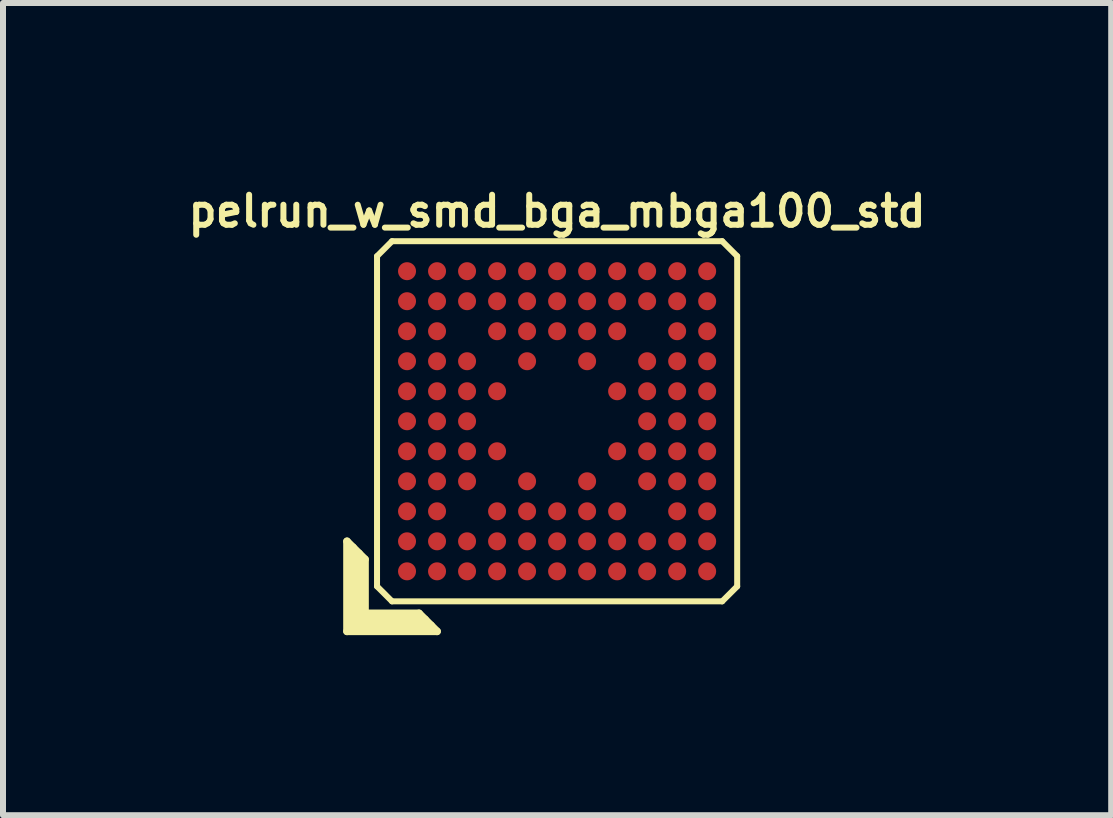
<source format=kicad_pcb>
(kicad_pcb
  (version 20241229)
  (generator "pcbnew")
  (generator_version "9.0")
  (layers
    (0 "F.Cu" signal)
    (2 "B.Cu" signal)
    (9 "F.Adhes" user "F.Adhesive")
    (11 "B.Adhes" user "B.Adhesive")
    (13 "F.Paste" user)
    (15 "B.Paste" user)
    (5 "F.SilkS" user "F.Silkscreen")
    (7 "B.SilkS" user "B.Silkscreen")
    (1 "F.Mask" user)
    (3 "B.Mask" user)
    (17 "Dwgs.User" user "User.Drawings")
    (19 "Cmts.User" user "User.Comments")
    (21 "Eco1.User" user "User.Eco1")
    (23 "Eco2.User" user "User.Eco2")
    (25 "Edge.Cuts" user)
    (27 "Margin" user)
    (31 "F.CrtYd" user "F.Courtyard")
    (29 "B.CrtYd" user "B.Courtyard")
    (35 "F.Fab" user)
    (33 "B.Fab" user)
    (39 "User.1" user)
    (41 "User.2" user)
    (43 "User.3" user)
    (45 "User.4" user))
  (footprint "pelrun_w_smd_bga_mbga100_std"
    (layer "F.Cu")
    (at 6.231 3.968)
    (property "Reference" "pelrun_w_smd_bga_mbga100_std" (at 0 -3.5 0) (layer "F.SilkS") (effects (font (size 0.5 0.5) (thickness 0.1))))
    (attr through_hole)
    (fp_line (start -3.5 2) (end -3.2 2.3) (stroke (width 0.127) (type solid)) (layer "F.SilkS"))
    (fp_line (start -3.5 3.5) (end -3.5 2) (stroke (width 0.127) (type solid)) (layer "F.SilkS"))
    (fp_line (start -3.4 2.1) (end -3.4 3.4) (stroke (width 0.127) (type solid)) (layer "F.SilkS"))
    (fp_line (start -3.4 3.4) (end -2.1 3.4) (stroke (width 0.127) (type solid)) (layer "F.SilkS"))
    (fp_line (start -3.3 3.3) (end -3.3 2.2) (stroke (width 0.127) (type solid)) (layer "F.SilkS"))
    (fp_line (start -3.2 2.3) (end -3.2 3.2) (stroke (width 0.127) (type solid)) (layer "F.SilkS"))
    (fp_line (start -3.2 3.2) (end -2.3 3.2) (stroke (width 0.127) (type solid)) (layer "F.SilkS"))
    (fp_line (start -3 -2.75) (end -3 2.75) (stroke (width 0.1) (type solid)) (layer "F.SilkS"))
    (fp_line (start -3 -2.75) (end -2.75 -3) (stroke (width 0.1) (type solid)) (layer "F.SilkS"))
    (fp_line (start -2.75 3) (end -3 2.75) (stroke (width 0.1) (type solid)) (layer "F.SilkS"))
    (fp_line (start -2.75 3) (end 2.75 3) (stroke (width 0.1) (type solid)) (layer "F.SilkS"))
    (fp_line (start -2.3 3.2) (end -2 3.5) (stroke (width 0.127) (type solid)) (layer "F.SilkS"))
    (fp_line (start -2.2 3.3) (end -3.3 3.3) (stroke (width 0.127) (type solid)) (layer "F.SilkS"))
    (fp_line (start -2 3.5) (end -3.5 3.5) (stroke (width 0.127) (type solid)) (layer "F.SilkS"))
    (fp_line (start 2.75 -3) (end -2.75 -3) (stroke (width 0.1) (type solid)) (layer "F.SilkS"))
    (fp_line (start 2.75 -3) (end 3 -2.75) (stroke (width 0.1) (type solid)) (layer "F.SilkS"))
    (fp_line (start 3 2.75) (end 2.75 3) (stroke (width 0.1) (type solid)) (layer "F.SilkS"))
    (fp_line (start 3 2.75) (end 3 -2.75) (stroke (width 0.1) (type solid)) (layer "F.SilkS"))
    (pad "A1" smd circle (at -2.5 2.5) (size 0.3 0.3) (layers "F.Cu" "F.Mask" "F.Paste"))
    (pad "A2" smd circle (at -2.5 2) (size 0.3 0.3) (layers "F.Cu" "F.Mask" "F.Paste"))
    (pad "A3" smd circle (at -2.5 1.5) (size 0.3 0.3) (layers "F.Cu" "F.Mask" "F.Paste"))
    (pad "A4" smd circle (at -2.5 1) (size 0.3 0.3) (layers "F.Cu" "F.Mask" "F.Paste"))
    (pad "A5" smd circle (at -2.5 0.5) (size 0.3 0.3) (layers "F.Cu" "F.Mask" "F.Paste"))
    (pad "A6" smd circle (at -2.5 0) (size 0.3 0.3) (layers "F.Cu" "F.Mask" "F.Paste"))
    (pad "A7" smd circle (at -2.5 -0.5) (size 0.3 0.3) (layers "F.Cu" "F.Mask" "F.Paste"))
    (pad "A8" smd circle (at -2.5 -1) (size 0.3 0.3) (layers "F.Cu" "F.Mask" "F.Paste"))
    (pad "A9" smd circle (at -2.5 -1.5) (size 0.3 0.3) (layers "F.Cu" "F.Mask" "F.Paste"))
    (pad "A10" smd circle (at -2.5 -2) (size 0.3 0.3) (layers "F.Cu" "F.Mask" "F.Paste"))
    (pad "A11" smd circle (at -2.5 -2.5) (size 0.3 0.3) (layers "F.Cu" "F.Mask" "F.Paste"))
    (pad "B1" smd circle (at -2 2.5) (size 0.3 0.3) (layers "F.Cu" "F.Mask" "F.Paste"))
    (pad "B2" smd circle (at -2 2) (size 0.3 0.3) (layers "F.Cu" "F.Mask" "F.Paste"))
    (pad "B3" smd circle (at -2 1.5) (size 0.3 0.3) (layers "F.Cu" "F.Mask" "F.Paste"))
    (pad "B4" smd circle (at -2 1) (size 0.3 0.3) (layers "F.Cu" "F.Mask" "F.Paste"))
    (pad "B5" smd circle (at -2 0.5) (size 0.3 0.3) (layers "F.Cu" "F.Mask" "F.Paste"))
    (pad "B6" smd circle (at -2 0) (size 0.3 0.3) (layers "F.Cu" "F.Mask" "F.Paste"))
    (pad "B7" smd circle (at -2 -0.5) (size 0.3 0.3) (layers "F.Cu" "F.Mask" "F.Paste"))
    (pad "B8" smd circle (at -2 -1) (size 0.3 0.3) (layers "F.Cu" "F.Mask" "F.Paste"))
    (pad "B9" smd circle (at -2 -1.5) (size 0.3 0.3) (layers "F.Cu" "F.Mask" "F.Paste"))
    (pad "B10" smd circle (at -2 -2) (size 0.3 0.3) (layers "F.Cu" "F.Mask" "F.Paste"))
    (pad "B11" smd circle (at -2 -2.5) (size 0.3 0.3) (layers "F.Cu" "F.Mask" "F.Paste"))
    (pad "C1" smd circle (at -1.5 2.5) (size 0.3 0.3) (layers "F.Cu" "F.Mask" "F.Paste"))
    (pad "C2" smd circle (at -1.5 2) (size 0.3 0.3) (layers "F.Cu" "F.Mask" "F.Paste"))
    (pad "C4" smd circle (at -1.5 1) (size 0.3 0.3) (layers "F.Cu" "F.Mask" "F.Paste"))
    (pad "C5" smd circle (at -1.5 0.5) (size 0.3 0.3) (layers "F.Cu" "F.Mask" "F.Paste"))
    (pad "C6" smd circle (at -1.5 0) (size 0.3 0.3) (layers "F.Cu" "F.Mask" "F.Paste"))
    (pad "C7" smd circle (at -1.5 -0.5) (size 0.3 0.3) (layers "F.Cu" "F.Mask" "F.Paste"))
    (pad "C8" smd circle (at -1.5 -1) (size 0.3 0.3) (layers "F.Cu" "F.Mask" "F.Paste"))
    (pad "C10" smd circle (at -1.5 -2) (size 0.3 0.3) (layers "F.Cu" "F.Mask" "F.Paste"))
    (pad "C11" smd circle (at -1.5 -2.5) (size 0.3 0.3) (layers "F.Cu" "F.Mask" "F.Paste"))
    (pad "D1" smd circle (at -1 2.5) (size 0.3 0.3) (layers "F.Cu" "F.Mask" "F.Paste"))
    (pad "D2" smd circle (at -1 2) (size 0.3 0.3) (layers "F.Cu" "F.Mask" "F.Paste"))
    (pad "D3" smd circle (at -1 1.5) (size 0.3 0.3) (layers "F.Cu" "F.Mask" "F.Paste"))
    (pad "D5" smd circle (at -1 0.5) (size 0.3 0.3) (layers "F.Cu" "F.Mask" "F.Paste"))
    (pad "D7" smd circle (at -1 -0.5) (size 0.3 0.3) (layers "F.Cu" "F.Mask" "F.Paste"))
    (pad "D9" smd circle (at -1 -1.5) (size 0.3 0.3) (layers "F.Cu" "F.Mask" "F.Paste"))
    (pad "D10" smd circle (at -1 -2) (size 0.3 0.3) (layers "F.Cu" "F.Mask" "F.Paste"))
    (pad "D11" smd circle (at -1 -2.5) (size 0.3 0.3) (layers "F.Cu" "F.Mask" "F.Paste"))
    (pad "E1" smd circle (at -0.5 2.5) (size 0.3 0.3) (layers "F.Cu" "F.Mask" "F.Paste"))
    (pad "E2" smd circle (at -0.5 2) (size 0.3 0.3) (layers "F.Cu" "F.Mask" "F.Paste"))
    (pad "E3" smd circle (at -0.5 1.5) (size 0.3 0.3) (layers "F.Cu" "F.Mask" "F.Paste"))
    (pad "E4" smd circle (at -0.5 1) (size 0.3 0.3) (layers "F.Cu" "F.Mask" "F.Paste"))
    (pad "E8" smd circle (at -0.5 -1) (size 0.3 0.3) (layers "F.Cu" "F.Mask" "F.Paste"))
    (pad "E9" smd circle (at -0.5 -1.5) (size 0.3 0.3) (layers "F.Cu" "F.Mask" "F.Paste"))
    (pad "E10" smd circle (at -0.5 -2) (size 0.3 0.3) (layers "F.Cu" "F.Mask" "F.Paste"))
    (pad "E11" smd circle (at -0.5 -2.5) (size 0.3 0.3) (layers "F.Cu" "F.Mask" "F.Paste"))
    (pad "F1" smd circle (at 0 2.5) (size 0.3 0.3) (layers "F.Cu" "F.Mask" "F.Paste"))
    (pad "F2" smd circle (at 0 2) (size 0.3 0.3) (layers "F.Cu" "F.Mask" "F.Paste"))
    (pad "F3" smd circle (at 0 1.5) (size 0.3 0.3) (layers "F.Cu" "F.Mask" "F.Paste"))
    (pad "F9" smd circle (at 0 -1.5) (size 0.3 0.3) (layers "F.Cu" "F.Mask" "F.Paste"))
    (pad "F10" smd circle (at 0 -2) (size 0.3 0.3) (layers "F.Cu" "F.Mask" "F.Paste"))
    (pad "F11" smd circle (at 0 -2.5) (size 0.3 0.3) (layers "F.Cu" "F.Mask" "F.Paste"))
    (pad "G1" smd circle (at 0.5 2.5) (size 0.3 0.3) (layers "F.Cu" "F.Mask" "F.Paste"))
    (pad "G2" smd circle (at 0.5 2) (size 0.3 0.3) (layers "F.Cu" "F.Mask" "F.Paste"))
    (pad "G3" smd circle (at 0.5 1.5) (size 0.3 0.3) (layers "F.Cu" "F.Mask" "F.Paste"))
    (pad "G4" smd circle (at 0.5 1) (size 0.3 0.3) (layers "F.Cu" "F.Mask" "F.Paste"))
    (pad "G8" smd circle (at 0.5 -1) (size 0.3 0.3) (layers "F.Cu" "F.Mask" "F.Paste"))
    (pad "G9" smd circle (at 0.5 -1.5) (size 0.3 0.3) (layers "F.Cu" "F.Mask" "F.Paste"))
    (pad "G10" smd circle (at 0.5 -2) (size 0.3 0.3) (layers "F.Cu" "F.Mask" "F.Paste"))
    (pad "G11" smd circle (at 0.5 -2.5) (size 0.3 0.3) (layers "F.Cu" "F.Mask" "F.Paste"))
    (pad "H1" smd circle (at 1 2.5) (size 0.3 0.3) (layers "F.Cu" "F.Mask" "F.Paste"))
    (pad "H2" smd circle (at 1 2) (size 0.3 0.3) (layers "F.Cu" "F.Mask" "F.Paste"))
    (pad "H3" smd circle (at 1 1.5) (size 0.3 0.3) (layers "F.Cu" "F.Mask" "F.Paste"))
    (pad "H5" smd circle (at 1 0.5) (size 0.3 0.3) (layers "F.Cu" "F.Mask" "F.Paste"))
    (pad "H7" smd circle (at 1 -0.5) (size 0.3 0.3) (layers "F.Cu" "F.Mask" "F.Paste"))
    (pad "H9" smd circle (at 1 -1.5) (size 0.3 0.3) (layers "F.Cu" "F.Mask" "F.Paste"))
    (pad "H10" smd circle (at 1 -2) (size 0.3 0.3) (layers "F.Cu" "F.Mask" "F.Paste"))
    (pad "H11" smd circle (at 1 -2.5) (size 0.3 0.3) (layers "F.Cu" "F.Mask" "F.Paste"))
    (pad "J1" smd circle (at 1.5 2.5) (size 0.3 0.3) (layers "F.Cu" "F.Mask" "F.Paste"))
    (pad "J2" smd circle (at 1.5 2) (size 0.3 0.3) (layers "F.Cu" "F.Mask" "F.Paste"))
    (pad "J4" smd circle (at 1.5 1) (size 0.3 0.3) (layers "F.Cu" "F.Mask" "F.Paste"))
    (pad "J5" smd circle (at 1.5 0.5) (size 0.3 0.3) (layers "F.Cu" "F.Mask" "F.Paste"))
    (pad "J6" smd circle (at 1.5 0) (size 0.3 0.3) (layers "F.Cu" "F.Mask" "F.Paste"))
    (pad "J7" smd circle (at 1.5 -0.5) (size 0.3 0.3) (layers "F.Cu" "F.Mask" "F.Paste"))
    (pad "J8" smd circle (at 1.5 -1) (size 0.3 0.3) (layers "F.Cu" "F.Mask" "F.Paste"))
    (pad "J10" smd circle (at 1.5 -2) (size 0.3 0.3) (layers "F.Cu" "F.Mask" "F.Paste"))
    (pad "J11" smd circle (at 1.5 -2.5) (size 0.3 0.3) (layers "F.Cu" "F.Mask" "F.Paste"))
    (pad "K1" smd circle (at 2 2.5) (size 0.3 0.3) (layers "F.Cu" "F.Mask" "F.Paste"))
    (pad "K2" smd circle (at 2 2) (size 0.3 0.3) (layers "F.Cu" "F.Mask" "F.Paste"))
    (pad "K3" smd circle (at 2 1.5) (size 0.3 0.3) (layers "F.Cu" "F.Mask" "F.Paste"))
    (pad "K4" smd circle (at 2 1) (size 0.3 0.3) (layers "F.Cu" "F.Mask" "F.Paste"))
    (pad "K5" smd circle (at 2 0.5) (size 0.3 0.3) (layers "F.Cu" "F.Mask" "F.Paste"))
    (pad "K6" smd circle (at 2 0) (size 0.3 0.3) (layers "F.Cu" "F.Mask" "F.Paste"))
    (pad "K7" smd circle (at 2 -0.5) (size 0.3 0.3) (layers "F.Cu" "F.Mask" "F.Paste"))
    (pad "K8" smd circle (at 2 -1) (size 0.3 0.3) (layers "F.Cu" "F.Mask" "F.Paste"))
    (pad "K9" smd circle (at 2 -1.5) (size 0.3 0.3) (layers "F.Cu" "F.Mask" "F.Paste"))
    (pad "K10" smd circle (at 2 -2) (size 0.3 0.3) (layers "F.Cu" "F.Mask" "F.Paste"))
    (pad "K11" smd circle (at 2 -2.5) (size 0.3 0.3) (layers "F.Cu" "F.Mask" "F.Paste"))
    (pad "L1" smd circle (at 2.5 2.5) (size 0.3 0.3) (layers "F.Cu" "F.Mask" "F.Paste"))
    (pad "L2" smd circle (at 2.5 2) (size 0.3 0.3) (layers "F.Cu" "F.Mask" "F.Paste"))
    (pad "L3" smd circle (at 2.5 1.5) (size 0.3 0.3) (layers "F.Cu" "F.Mask" "F.Paste"))
    (pad "L4" smd circle (at 2.5 1) (size 0.3 0.3) (layers "F.Cu" "F.Mask" "F.Paste"))
    (pad "L5" smd circle (at 2.5 0.5) (size 0.3 0.3) (layers "F.Cu" "F.Mask" "F.Paste"))
    (pad "L6" smd circle (at 2.5 0) (size 0.3 0.3) (layers "F.Cu" "F.Mask" "F.Paste"))
    (pad "L7" smd circle (at 2.5 -0.5) (size 0.3 0.3) (layers "F.Cu" "F.Mask" "F.Paste"))
    (pad "L8" smd circle (at 2.5 -1) (size 0.3 0.3) (layers "F.Cu" "F.Mask" "F.Paste"))
    (pad "L9" smd circle (at 2.5 -1.5) (size 0.3 0.3) (layers "F.Cu" "F.Mask" "F.Paste"))
    (pad "L10" smd circle (at 2.5 -2) (size 0.3 0.3) (layers "F.Cu" "F.Mask" "F.Paste"))
    (pad "L11" smd circle (at 2.5 -2.5) (size 0.3 0.3) (layers "F.Cu" "F.Mask" "F.Paste")))
  (gr_rect
    (start -3 -3)
    (end 15.462 10.531)
    (stroke (width 0.1) (type default))
    (fill no)
    (layer "Edge.Cuts")))
</source>
